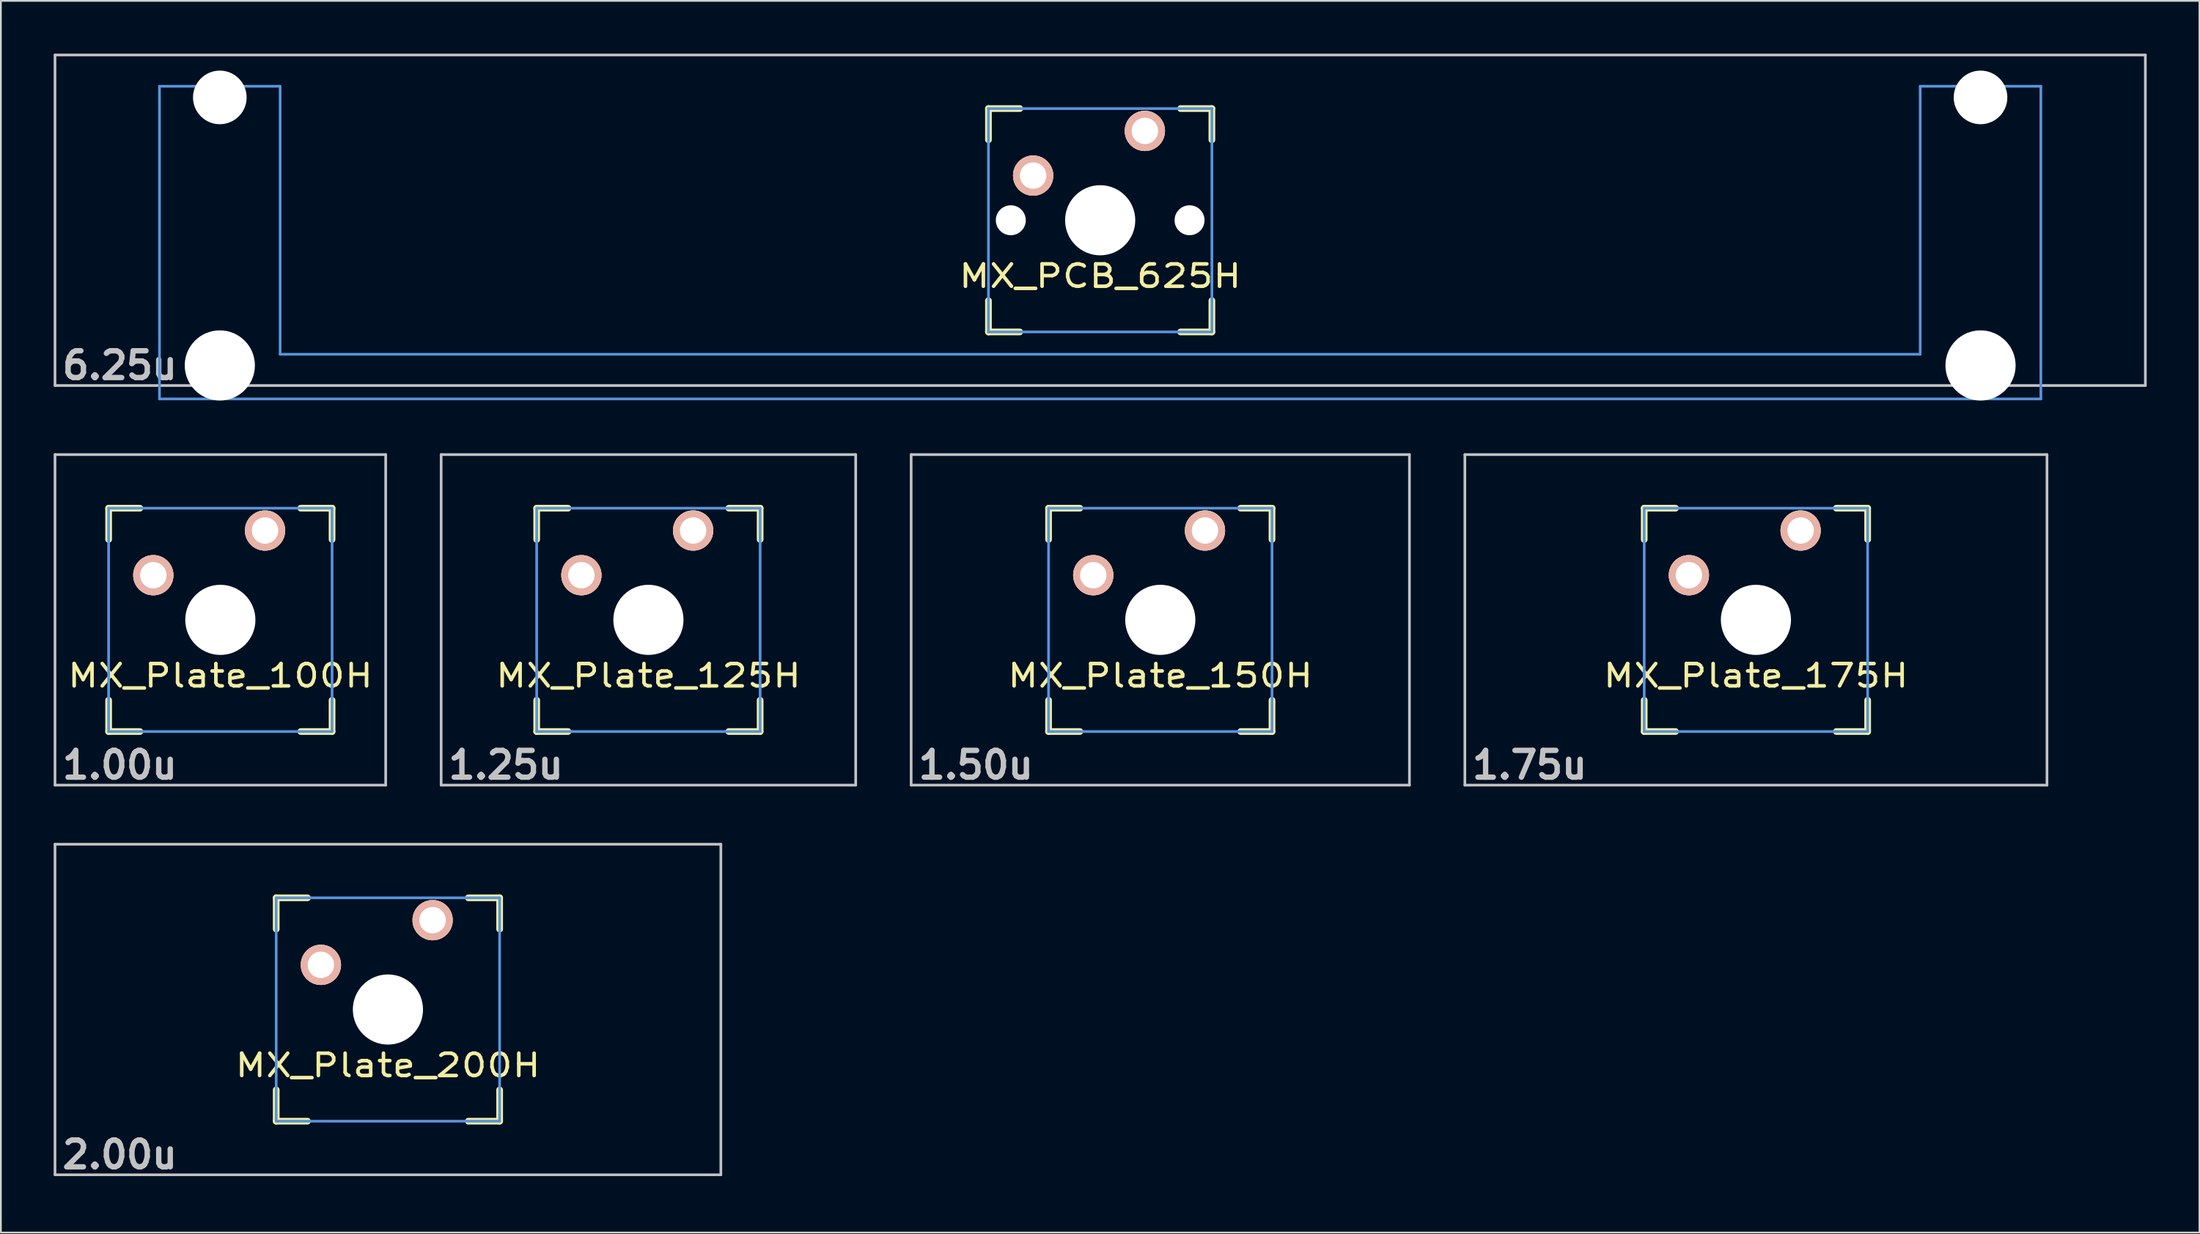
<source format=kicad_pcb>
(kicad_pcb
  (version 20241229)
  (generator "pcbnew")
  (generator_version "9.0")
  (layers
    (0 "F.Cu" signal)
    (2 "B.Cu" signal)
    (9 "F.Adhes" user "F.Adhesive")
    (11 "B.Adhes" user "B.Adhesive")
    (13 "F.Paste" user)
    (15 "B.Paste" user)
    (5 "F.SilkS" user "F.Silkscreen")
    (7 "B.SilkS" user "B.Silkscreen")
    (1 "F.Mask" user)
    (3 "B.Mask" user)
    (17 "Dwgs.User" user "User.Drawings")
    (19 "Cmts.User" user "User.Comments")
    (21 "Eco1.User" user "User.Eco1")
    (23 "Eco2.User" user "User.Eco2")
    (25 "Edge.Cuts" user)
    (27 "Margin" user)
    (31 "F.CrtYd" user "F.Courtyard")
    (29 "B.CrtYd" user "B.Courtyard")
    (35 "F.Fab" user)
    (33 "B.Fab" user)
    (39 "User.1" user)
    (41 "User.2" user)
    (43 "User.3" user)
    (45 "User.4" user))
  (footprint "MX_Plate_125H"
    (layer "F.Cu")
    (at 33.805 32.197)
    (property "Reference" "MX_Plate_125H" (at 0 3.175 0) (layer "F.SilkS") (effects (font (size 1.27 1.524) (thickness 0.203))))
    (attr through_hole)
    (fp_line (start -6.35 -6.35) (end -4.572 -6.35) (stroke (width 0.381) (type solid)) (layer "F.SilkS"))
    (fp_line (start -6.35 -4.572) (end -6.35 -6.35) (stroke (width 0.381) (type solid)) (layer "F.SilkS"))
    (fp_line (start -6.35 6.35) (end -6.35 4.572) (stroke (width 0.381) (type solid)) (layer "F.SilkS"))
    (fp_line (start -4.572 6.35) (end -6.35 6.35) (stroke (width 0.381) (type solid)) (layer "F.SilkS"))
    (fp_line (start 4.572 -6.35) (end 6.35 -6.35) (stroke (width 0.381) (type solid)) (layer "F.SilkS"))
    (fp_line (start 6.35 -6.35) (end 6.35 -4.572) (stroke (width 0.381) (type solid)) (layer "F.SilkS"))
    (fp_line (start 6.35 4.572) (end 6.35 6.35) (stroke (width 0.381) (type solid)) (layer "F.SilkS"))
    (fp_line (start 6.35 6.35) (end 4.572 6.35) (stroke (width 0.381) (type solid)) (layer "F.SilkS"))
    (fp_line (start -11.781 -9.398) (end 11.781 -9.398) (stroke (width 0.152) (type solid)) (layer "Dwgs.User"))
    (fp_line (start -11.781 9.398) (end -11.781 -9.398) (stroke (width 0.152) (type solid)) (layer "Dwgs.User"))
    (fp_line (start 11.781 -9.398) (end 11.781 9.398) (stroke (width 0.152) (type solid)) (layer "Dwgs.User"))
    (fp_line (start 11.781 9.398) (end -11.781 9.398) (stroke (width 0.152) (type solid)) (layer "Dwgs.User"))
    (fp_line (start -6.35 -6.35) (end 6.35 -6.35) (stroke (width 0.152) (type solid)) (layer "Cmts.User"))
    (fp_line (start -6.35 6.35) (end -6.35 -6.35) (stroke (width 0.152) (type solid)) (layer "Cmts.User"))
    (fp_line (start 6.35 -6.35) (end 6.35 6.35) (stroke (width 0.152) (type solid)) (layer "Cmts.User"))
    (fp_line (start 6.35 6.35) (end -6.35 6.35) (stroke (width 0.152) (type solid)) (layer "Cmts.User"))
    (fp_text user "1.25u" (at -8.098 8.255 0) (layer "Dwgs.User") (effects (font (size 1.524 1.524) (thickness 0.305))))
    (pad "" np_thru_hole circle (at 0 0) (size 3.988 3.988) (drill 3.988) (layers "*.Cu"))
    (pad "1" thru_hole circle (at 2.54 -5.08) (size 2.286 2.286) (drill 1.499) (layers "*.Cu" "*.SilkS" "*.Mask"))
    (pad "2" thru_hole circle (at -3.81 -2.54) (size 2.286 2.286) (drill 1.499) (layers "*.Cu" "*.SilkS" "*.Mask")))
  (footprint "MX_Plate_175H"
    (layer "F.Cu")
    (at 96.754 32.197)
    (property "Reference" "MX_Plate_175H" (at 0 3.175 0) (layer "F.SilkS") (effects (font (size 1.27 1.524) (thickness 0.203))))
    (attr through_hole)
    (fp_line (start -6.35 -6.35) (end -4.572 -6.35) (stroke (width 0.381) (type solid)) (layer "F.SilkS"))
    (fp_line (start -6.35 -4.572) (end -6.35 -6.35) (stroke (width 0.381) (type solid)) (layer "F.SilkS"))
    (fp_line (start -6.35 6.35) (end -6.35 4.572) (stroke (width 0.381) (type solid)) (layer "F.SilkS"))
    (fp_line (start -4.572 6.35) (end -6.35 6.35) (stroke (width 0.381) (type solid)) (layer "F.SilkS"))
    (fp_line (start 4.572 -6.35) (end 6.35 -6.35) (stroke (width 0.381) (type solid)) (layer "F.SilkS"))
    (fp_line (start 6.35 -6.35) (end 6.35 -4.572) (stroke (width 0.381) (type solid)) (layer "F.SilkS"))
    (fp_line (start 6.35 4.572) (end 6.35 6.35) (stroke (width 0.381) (type solid)) (layer "F.SilkS"))
    (fp_line (start 6.35 6.35) (end 4.572 6.35) (stroke (width 0.381) (type solid)) (layer "F.SilkS"))
    (fp_line (start -16.543 -9.398) (end 16.543 -9.398) (stroke (width 0.152) (type solid)) (layer "Dwgs.User"))
    (fp_line (start -16.543 9.398) (end -16.543 -9.398) (stroke (width 0.152) (type solid)) (layer "Dwgs.User"))
    (fp_line (start 16.543 -9.398) (end 16.543 9.398) (stroke (width 0.152) (type solid)) (layer "Dwgs.User"))
    (fp_line (start 16.543 9.398) (end -16.543 9.398) (stroke (width 0.152) (type solid)) (layer "Dwgs.User"))
    (fp_line (start -6.35 -6.35) (end 6.35 -6.35) (stroke (width 0.152) (type solid)) (layer "Cmts.User"))
    (fp_line (start -6.35 6.35) (end -6.35 -6.35) (stroke (width 0.152) (type solid)) (layer "Cmts.User"))
    (fp_line (start 6.35 -6.35) (end 6.35 6.35) (stroke (width 0.152) (type solid)) (layer "Cmts.User"))
    (fp_line (start 6.35 6.35) (end -6.35 6.35) (stroke (width 0.152) (type solid)) (layer "Cmts.User"))
    (fp_text user "1.75u" (at -12.86 8.255 0) (layer "Dwgs.User") (effects (font (size 1.524 1.524) (thickness 0.305))))
    (pad "" np_thru_hole circle (at 0 0) (size 3.988 3.988) (drill 3.988) (layers "*.Cu"))
    (pad "1" thru_hole circle (at 2.54 -5.08) (size 2.286 2.286) (drill 1.499) (layers "*.Cu" "*.SilkS" "*.Mask"))
    (pad "2" thru_hole circle (at -3.81 -2.54) (size 2.286 2.286) (drill 1.499) (layers "*.Cu" "*.SilkS" "*.Mask")))
  (footprint "MX_Plate_200H"
    (layer "F.Cu")
    (at 18.999 54.353)
    (property "Reference" "MX_Plate_200H" (at 0 3.175 0) (layer "F.SilkS") (effects (font (size 1.27 1.524) (thickness 0.203))))
    (attr through_hole)
    (fp_line (start -6.35 -6.35) (end -4.572 -6.35) (stroke (width 0.381) (type solid)) (layer "F.SilkS"))
    (fp_line (start -6.35 -4.572) (end -6.35 -6.35) (stroke (width 0.381) (type solid)) (layer "F.SilkS"))
    (fp_line (start -6.35 6.35) (end -6.35 4.572) (stroke (width 0.381) (type solid)) (layer "F.SilkS"))
    (fp_line (start -4.572 6.35) (end -6.35 6.35) (stroke (width 0.381) (type solid)) (layer "F.SilkS"))
    (fp_line (start 4.572 -6.35) (end 6.35 -6.35) (stroke (width 0.381) (type solid)) (layer "F.SilkS"))
    (fp_line (start 6.35 -6.35) (end 6.35 -4.572) (stroke (width 0.381) (type solid)) (layer "F.SilkS"))
    (fp_line (start 6.35 4.572) (end 6.35 6.35) (stroke (width 0.381) (type solid)) (layer "F.SilkS"))
    (fp_line (start 6.35 6.35) (end 4.572 6.35) (stroke (width 0.381) (type solid)) (layer "F.SilkS"))
    (fp_line (start -18.923 -9.398) (end 18.923 -9.398) (stroke (width 0.152) (type solid)) (layer "Dwgs.User"))
    (fp_line (start -18.923 9.398) (end -18.923 -9.398) (stroke (width 0.152) (type solid)) (layer "Dwgs.User"))
    (fp_line (start 18.923 -9.398) (end 18.923 9.398) (stroke (width 0.152) (type solid)) (layer "Dwgs.User"))
    (fp_line (start 18.923 9.398) (end -18.923 9.398) (stroke (width 0.152) (type solid)) (layer "Dwgs.User"))
    (fp_line (start -6.35 -6.35) (end 6.35 -6.35) (stroke (width 0.152) (type solid)) (layer "Cmts.User"))
    (fp_line (start -6.35 6.35) (end -6.35 -6.35) (stroke (width 0.152) (type solid)) (layer "Cmts.User"))
    (fp_line (start 6.35 -6.35) (end 6.35 6.35) (stroke (width 0.152) (type solid)) (layer "Cmts.User"))
    (fp_line (start 6.35 6.35) (end -6.35 6.35) (stroke (width 0.152) (type solid)) (layer "Cmts.User"))
    (fp_text user "2.00u" (at -15.24 8.255 0) (layer "Dwgs.User") (effects (font (size 1.524 1.524) (thickness 0.305))))
    (pad "" np_thru_hole circle (at 0 0) (size 3.988 3.988) (drill 3.988) (layers "*.Cu"))
    (pad "1" thru_hole circle (at 2.54 -5.08) (size 2.286 2.286) (drill 1.499) (layers "*.Cu" "*.SilkS" "*.Mask"))
    (pad "2" thru_hole circle (at -3.81 -2.54) (size 2.286 2.286) (drill 1.499) (layers "*.Cu" "*.SilkS" "*.Mask")))
  (footprint "MX_Plate_100H"
    (layer "F.Cu")
    (at 9.474 32.197)
    (property "Reference" "MX_Plate_100H" (at 0 3.175 0) (layer "F.SilkS") (effects (font (size 1.27 1.524) (thickness 0.203))))
    (attr through_hole)
    (fp_line (start -6.35 -6.35) (end -4.572 -6.35) (stroke (width 0.381) (type solid)) (layer "F.SilkS"))
    (fp_line (start -6.35 -4.572) (end -6.35 -6.35) (stroke (width 0.381) (type solid)) (layer "F.SilkS"))
    (fp_line (start -6.35 6.35) (end -6.35 4.572) (stroke (width 0.381) (type solid)) (layer "F.SilkS"))
    (fp_line (start -4.572 6.35) (end -6.35 6.35) (stroke (width 0.381) (type solid)) (layer "F.SilkS"))
    (fp_line (start 4.572 -6.35) (end 6.35 -6.35) (stroke (width 0.381) (type solid)) (layer "F.SilkS"))
    (fp_line (start 6.35 -6.35) (end 6.35 -4.572) (stroke (width 0.381) (type solid)) (layer "F.SilkS"))
    (fp_line (start 6.35 4.572) (end 6.35 6.35) (stroke (width 0.381) (type solid)) (layer "F.SilkS"))
    (fp_line (start 6.35 6.35) (end 4.572 6.35) (stroke (width 0.381) (type solid)) (layer "F.SilkS"))
    (fp_line (start -9.398 -9.398) (end 9.398 -9.398) (stroke (width 0.152) (type solid)) (layer "Dwgs.User"))
    (fp_line (start -9.398 9.398) (end -9.398 -9.398) (stroke (width 0.152) (type solid)) (layer "Dwgs.User"))
    (fp_line (start 9.398 -9.398) (end 9.398 9.398) (stroke (width 0.152) (type solid)) (layer "Dwgs.User"))
    (fp_line (start 9.398 9.398) (end -9.398 9.398) (stroke (width 0.152) (type solid)) (layer "Dwgs.User"))
    (fp_line (start -6.35 -6.35) (end 6.35 -6.35) (stroke (width 0.152) (type solid)) (layer "Cmts.User"))
    (fp_line (start -6.35 6.35) (end -6.35 -6.35) (stroke (width 0.152) (type solid)) (layer "Cmts.User"))
    (fp_line (start 6.35 -6.35) (end 6.35 6.35) (stroke (width 0.152) (type solid)) (layer "Cmts.User"))
    (fp_line (start 6.35 6.35) (end -6.35 6.35) (stroke (width 0.152) (type solid)) (layer "Cmts.User"))
    (fp_text user "1.00u" (at -5.715 8.255 0) (layer "Dwgs.User") (effects (font (size 1.524 1.524) (thickness 0.305))))
    (pad "" np_thru_hole circle (at 0 0) (size 3.988 3.988) (drill 3.988) (layers "*.Cu"))
    (pad "1" thru_hole circle (at 2.54 -5.08) (size 2.286 2.286) (drill 1.499) (layers "*.Cu" "*.SilkS" "*.Mask"))
    (pad "2" thru_hole circle (at -3.81 -2.54) (size 2.286 2.286) (drill 1.499) (layers "*.Cu" "*.SilkS" "*.Mask")))
  (footprint "MX_PCB_625H"
    (layer "F.Cu")
    (at 59.482 9.474)
    (property "Reference" "MX_PCB_625H" (at 0 3.175 0) (layer "F.SilkS") (effects (font (size 1.27 1.524) (thickness 0.203))))
    (attr through_hole)
    (fp_line (start -6.35 -6.35) (end -4.572 -6.35) (stroke (width 0.381) (type solid)) (layer "F.SilkS"))
    (fp_line (start -6.35 -4.572) (end -6.35 -6.35) (stroke (width 0.381) (type solid)) (layer "F.SilkS"))
    (fp_line (start -6.35 6.35) (end -6.35 4.572) (stroke (width 0.381) (type solid)) (layer "F.SilkS"))
    (fp_line (start -4.572 6.35) (end -6.35 6.35) (stroke (width 0.381) (type solid)) (layer "F.SilkS"))
    (fp_line (start 4.572 -6.35) (end 6.35 -6.35) (stroke (width 0.381) (type solid)) (layer "F.SilkS"))
    (fp_line (start 6.35 -6.35) (end 6.35 -4.572) (stroke (width 0.381) (type solid)) (layer "F.SilkS"))
    (fp_line (start 6.35 4.572) (end 6.35 6.35) (stroke (width 0.381) (type solid)) (layer "F.SilkS"))
    (fp_line (start 6.35 6.35) (end 4.572 6.35) (stroke (width 0.381) (type solid)) (layer "F.SilkS"))
    (fp_line (start -59.406 -9.398) (end 59.406 -9.398) (stroke (width 0.152) (type solid)) (layer "Dwgs.User"))
    (fp_line (start -59.406 9.398) (end -59.406 -9.398) (stroke (width 0.152) (type solid)) (layer "Dwgs.User"))
    (fp_line (start 59.406 -9.398) (end 59.406 9.398) (stroke (width 0.152) (type solid)) (layer "Dwgs.User"))
    (fp_line (start 59.406 9.398) (end -59.406 9.398) (stroke (width 0.152) (type solid)) (layer "Dwgs.User"))
    (fp_line (start -53.467 -7.62) (end -53.467 10.16) (stroke (width 0.152) (type solid)) (layer "Cmts.User"))
    (fp_line (start -53.467 10.16) (end 53.467 10.16) (stroke (width 0.152) (type solid)) (layer "Cmts.User"))
    (fp_line (start -46.609 -7.62) (end -53.467 -7.62) (stroke (width 0.152) (type solid)) (layer "Cmts.User"))
    (fp_line (start -46.609 7.62) (end -46.609 -7.62) (stroke (width 0.152) (type solid)) (layer "Cmts.User"))
    (fp_line (start -6.35 -6.35) (end 6.35 -6.35) (stroke (width 0.152) (type solid)) (layer "Cmts.User"))
    (fp_line (start -6.35 6.35) (end -6.35 -6.35) (stroke (width 0.152) (type solid)) (layer "Cmts.User"))
    (fp_line (start 6.35 -6.35) (end 6.35 6.35) (stroke (width 0.152) (type solid)) (layer "Cmts.User"))
    (fp_line (start 6.35 6.35) (end -6.35 6.35) (stroke (width 0.152) (type solid)) (layer "Cmts.User"))
    (fp_line (start 46.609 -7.62) (end 46.609 7.62) (stroke (width 0.152) (type solid)) (layer "Cmts.User"))
    (fp_line (start 46.609 7.62) (end -46.609 7.62) (stroke (width 0.152) (type solid)) (layer "Cmts.User"))
    (fp_line (start 53.467 -7.62) (end 46.609 -7.62) (stroke (width 0.152) (type solid)) (layer "Cmts.User"))
    (fp_line (start 53.467 10.16) (end 53.467 -7.62) (stroke (width 0.152) (type solid)) (layer "Cmts.User"))
    (fp_line (start -54.229 -2.286) (end -53.365 -2.286) (stroke (width 0.152) (type solid)) (layer "Eco2.User"))
    (fp_line (start -54.229 0.508) (end -54.229 -2.286) (stroke (width 0.152) (type solid)) (layer "Eco2.User"))
    (fp_line (start -53.365 -5.69) (end -46.711 -5.69) (stroke (width 0.152) (type solid)) (layer "Eco2.User"))
    (fp_line (start -53.365 -2.286) (end -53.365 -5.69) (stroke (width 0.152) (type solid)) (layer "Eco2.User"))
    (fp_line (start -53.365 0.508) (end -54.229 0.508) (stroke (width 0.152) (type solid)) (layer "Eco2.User"))
    (fp_line (start -53.365 6.604) (end -53.365 0.508) (stroke (width 0.152) (type solid)) (layer "Eco2.User"))
    (fp_line (start -52.324 6.604) (end -53.365 6.604) (stroke (width 0.152) (type solid)) (layer "Eco2.User"))
    (fp_line (start -52.324 7.772) (end -52.324 6.604) (stroke (width 0.152) (type solid)) (layer "Eco2.User"))
    (fp_line (start -47.752 6.604) (end -47.752 7.772) (stroke (width 0.152) (type solid)) (layer "Eco2.User"))
    (fp_line (start -47.752 7.772) (end -52.324 7.772) (stroke (width 0.152) (type solid)) (layer "Eco2.User"))
    (fp_line (start -46.711 -5.69) (end -46.711 -2.286) (stroke (width 0.152) (type solid)) (layer "Eco2.User"))
    (fp_line (start -46.711 -2.286) (end -6.985 -2.286) (stroke (width 0.152) (type solid)) (layer "Eco2.User"))
    (fp_line (start -46.711 2.286) (end -46.711 6.604) (stroke (width 0.152) (type solid)) (layer "Eco2.User"))
    (fp_line (start -46.711 6.604) (end -47.752 6.604) (stroke (width 0.152) (type solid)) (layer "Eco2.User"))
    (fp_line (start -6.985 -6.985) (end 6.985 -6.985) (stroke (width 0.152) (type solid)) (layer "Eco2.User"))
    (fp_line (start -6.985 -2.286) (end -6.985 -6.985) (stroke (width 0.152) (type solid)) (layer "Eco2.User"))
    (fp_line (start -6.985 2.286) (end -46.711 2.286) (stroke (width 0.152) (type solid)) (layer "Eco2.User"))
    (fp_line (start -6.985 6.985) (end -6.985 2.286) (stroke (width 0.152) (type solid)) (layer "Eco2.User"))
    (fp_line (start 6.985 -6.985) (end 6.985 -2.286) (stroke (width 0.152) (type solid)) (layer "Eco2.User"))
    (fp_line (start 6.985 -2.286) (end 46.711 -2.286) (stroke (width 0.152) (type solid)) (layer "Eco2.User"))
    (fp_line (start 6.985 2.286) (end 6.985 6.985) (stroke (width 0.152) (type solid)) (layer "Eco2.User"))
    (fp_line (start 6.985 6.985) (end -6.985 6.985) (stroke (width 0.152) (type solid)) (layer "Eco2.User"))
    (fp_line (start 46.711 -5.69) (end 53.365 -5.69) (stroke (width 0.152) (type solid)) (layer "Eco2.User"))
    (fp_line (start 46.711 -2.286) (end 46.711 -5.69) (stroke (width 0.152) (type solid)) (layer "Eco2.User"))
    (fp_line (start 46.711 2.286) (end 6.985 2.286) (stroke (width 0.152) (type solid)) (layer "Eco2.User"))
    (fp_line (start 46.711 6.604) (end 46.711 2.286) (stroke (width 0.152) (type solid)) (layer "Eco2.User"))
    (fp_line (start 47.752 6.604) (end 46.711 6.604) (stroke (width 0.152) (type solid)) (layer "Eco2.User"))
    (fp_line (start 47.752 7.772) (end 47.752 6.604) (stroke (width 0.152) (type solid)) (layer "Eco2.User"))
    (fp_line (start 52.324 6.604) (end 52.324 7.772) (stroke (width 0.152) (type solid)) (layer "Eco2.User"))
    (fp_line (start 52.324 7.772) (end 47.752 7.772) (stroke (width 0.152) (type solid)) (layer "Eco2.User"))
    (fp_line (start 53.365 -5.69) (end 53.365 -2.286) (stroke (width 0.152) (type solid)) (layer "Eco2.User"))
    (fp_line (start 53.365 -2.286) (end 54.229 -2.286) (stroke (width 0.152) (type solid)) (layer "Eco2.User"))
    (fp_line (start 53.365 0.508) (end 53.365 6.604) (stroke (width 0.152) (type solid)) (layer "Eco2.User"))
    (fp_line (start 53.365 6.604) (end 52.324 6.604) (stroke (width 0.152) (type solid)) (layer "Eco2.User"))
    (fp_line (start 54.229 -2.286) (end 54.229 0.508) (stroke (width 0.152) (type solid)) (layer "Eco2.User"))
    (fp_line (start 54.229 0.508) (end 53.365 0.508) (stroke (width 0.152) (type solid)) (layer "Eco2.User"))
    (fp_text user "6.25u" (at -55.723 8.255 0) (layer "Dwgs.User") (effects (font (size 1.524 1.524) (thickness 0.305))))
    (pad "" np_thru_hole circle (at -50.038 -6.985) (size 3.048 3.048) (drill 3.048) (layers "*.Cu"))
    (pad "" np_thru_hole circle (at -50.038 8.255) (size 3.988 3.988) (drill 3.988) (layers "*.Cu"))
    (pad "" np_thru_hole circle (at -5.08 0) (size 1.702 1.702) (drill 1.702) (layers "*.Cu"))
    (pad "" np_thru_hole circle (at 0 0) (size 3.988 3.988) (drill 3.988) (layers "*.Cu"))
    (pad "" np_thru_hole circle (at 5.08 0) (size 1.702 1.702) (drill 1.702) (layers "*.Cu"))
    (pad "" np_thru_hole circle (at 50.038 -6.985) (size 3.048 3.048) (drill 3.048) (layers "*.Cu"))
    (pad "" np_thru_hole circle (at 50.038 8.255) (size 3.988 3.988) (drill 3.988) (layers "*.Cu"))
    (pad "1" thru_hole circle (at 2.54 -5.08) (size 2.286 2.286) (drill 1.499) (layers "*.Cu" "*.SilkS" "*.Mask"))
    (pad "2" thru_hole circle (at -3.81 -2.54) (size 2.286 2.286) (drill 1.499) (layers "*.Cu" "*.SilkS" "*.Mask")))
  (footprint "MX_Plate_150H"
    (layer "F.Cu")
    (at 62.899 32.197)
    (property "Reference" "MX_Plate_150H" (at 0 3.175 0) (layer "F.SilkS") (effects (font (size 1.27 1.524) (thickness 0.203))))
    (attr through_hole)
    (fp_line (start -6.35 -6.35) (end -4.572 -6.35) (stroke (width 0.381) (type solid)) (layer "F.SilkS"))
    (fp_line (start -6.35 -4.572) (end -6.35 -6.35) (stroke (width 0.381) (type solid)) (layer "F.SilkS"))
    (fp_line (start -6.35 6.35) (end -6.35 4.572) (stroke (width 0.381) (type solid)) (layer "F.SilkS"))
    (fp_line (start -4.572 6.35) (end -6.35 6.35) (stroke (width 0.381) (type solid)) (layer "F.SilkS"))
    (fp_line (start 4.572 -6.35) (end 6.35 -6.35) (stroke (width 0.381) (type solid)) (layer "F.SilkS"))
    (fp_line (start 6.35 -6.35) (end 6.35 -4.572) (stroke (width 0.381) (type solid)) (layer "F.SilkS"))
    (fp_line (start 6.35 4.572) (end 6.35 6.35) (stroke (width 0.381) (type solid)) (layer "F.SilkS"))
    (fp_line (start 6.35 6.35) (end 4.572 6.35) (stroke (width 0.381) (type solid)) (layer "F.SilkS"))
    (fp_line (start -14.161 -9.398) (end 14.161 -9.398) (stroke (width 0.152) (type solid)) (layer "Dwgs.User"))
    (fp_line (start -14.161 9.398) (end -14.161 -9.398) (stroke (width 0.152) (type solid)) (layer "Dwgs.User"))
    (fp_line (start 14.161 -9.398) (end 14.161 9.398) (stroke (width 0.152) (type solid)) (layer "Dwgs.User"))
    (fp_line (start 14.161 9.398) (end -14.161 9.398) (stroke (width 0.152) (type solid)) (layer "Dwgs.User"))
    (fp_line (start -6.35 -6.35) (end 6.35 -6.35) (stroke (width 0.152) (type solid)) (layer "Cmts.User"))
    (fp_line (start -6.35 6.35) (end -6.35 -6.35) (stroke (width 0.152) (type solid)) (layer "Cmts.User"))
    (fp_line (start 6.35 -6.35) (end 6.35 6.35) (stroke (width 0.152) (type solid)) (layer "Cmts.User"))
    (fp_line (start 6.35 6.35) (end -6.35 6.35) (stroke (width 0.152) (type solid)) (layer "Cmts.User"))
    (fp_text user "1.50u" (at -10.477 8.255 0) (layer "Dwgs.User") (effects (font (size 1.524 1.524) (thickness 0.305))))
    (pad "" np_thru_hole circle (at 0 0) (size 3.988 3.988) (drill 3.988) (layers "*.Cu"))
    (pad "1" thru_hole circle (at 2.54 -5.08) (size 2.286 2.286) (drill 1.499) (layers "*.Cu" "*.SilkS" "*.Mask"))
    (pad "2" thru_hole circle (at -3.81 -2.54) (size 2.286 2.286) (drill 1.499) (layers "*.Cu" "*.SilkS" "*.Mask")))
  (gr_rect
    (start -3 -3)
    (end 121.963 67.034)
    (stroke (width 0.1) (type default))
    (fill no)
    (layer "Edge.Cuts")))
</source>
